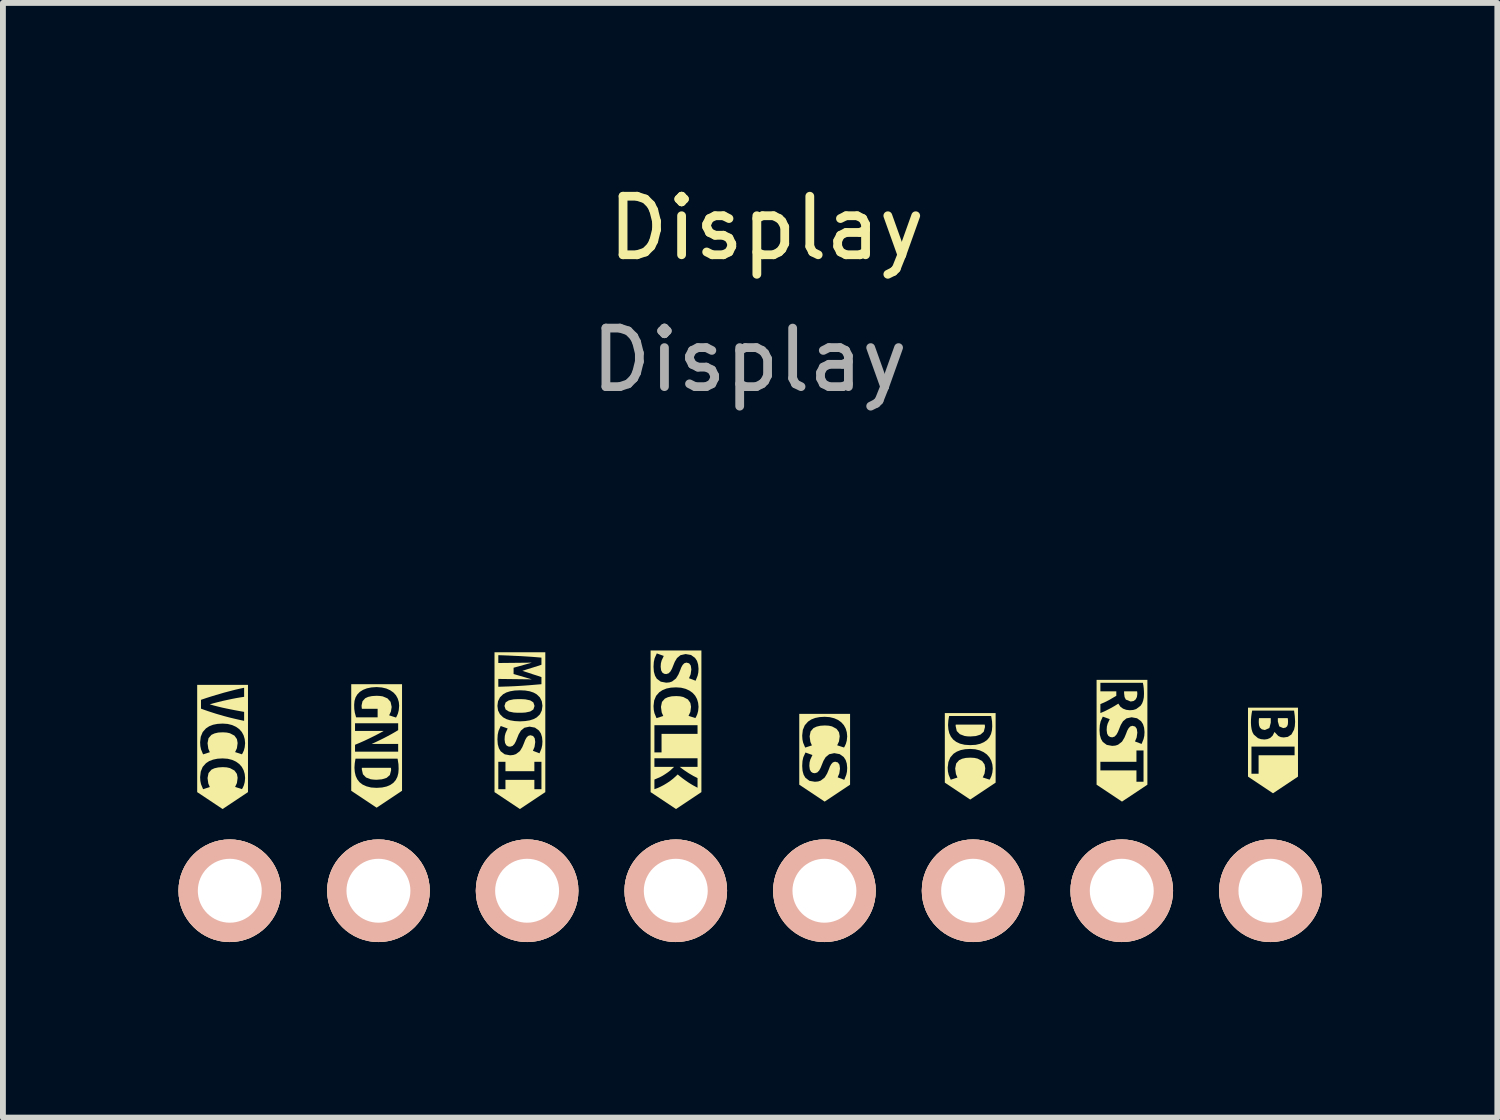
<source format=kicad_pcb>
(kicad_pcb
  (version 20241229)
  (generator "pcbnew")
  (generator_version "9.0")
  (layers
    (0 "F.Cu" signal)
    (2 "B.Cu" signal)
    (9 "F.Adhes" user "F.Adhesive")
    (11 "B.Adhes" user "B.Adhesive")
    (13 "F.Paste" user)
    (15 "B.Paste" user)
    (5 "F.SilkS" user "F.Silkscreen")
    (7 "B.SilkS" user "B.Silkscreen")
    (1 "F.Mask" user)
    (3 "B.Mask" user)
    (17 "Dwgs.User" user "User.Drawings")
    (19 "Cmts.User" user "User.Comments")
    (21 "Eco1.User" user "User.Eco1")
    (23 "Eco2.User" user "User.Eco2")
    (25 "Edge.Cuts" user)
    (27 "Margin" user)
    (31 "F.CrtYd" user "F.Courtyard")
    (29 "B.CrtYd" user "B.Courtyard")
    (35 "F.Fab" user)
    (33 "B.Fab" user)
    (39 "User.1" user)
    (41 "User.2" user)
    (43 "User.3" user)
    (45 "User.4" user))
  (footprint "Display"
    (layer "F.Cu")
    (at 9.971 11.881)
    (property "Reference" "Display" (at 0.077 -11.033 0) (unlocked yes) (layer "F.SilkS") (effects (font (size 1 1) (thickness 0.15))))
    (attr through_hole exclude_from_pos_files)
    (fp_poly (pts (xy 8.691 -2.661) (xy 8.49 -2.661) (xy 8.487 -2.628) (xy 8.486 -2.591) (xy 8.49 -2.542) (xy 8.505 -2.5) (xy 8.538 -2.47) (xy 8.59 -2.458) (xy 8.667 -2.492) (xy 8.691 -2.583) (xy 8.691 -2.661)) (stroke (width 0) (type solid)) (fill yes) (layer "F.SilkS"))
    (fp_poly (pts (xy 8.812 -2.604) (xy 8.836 -2.52) (xy 8.904 -2.491) (xy 8.946 -2.5) (xy 8.971 -2.522) (xy 8.983 -2.555) (xy 8.986 -2.595) (xy 8.985 -2.629) (xy 8.981 -2.661) (xy 8.812 -2.661) (xy 8.812 -2.604)) (stroke (width 0) (type solid)) (fill yes) (layer "F.SilkS"))
    (fp_poly (pts (xy 6.297 -2.945) (xy 6.348 -2.954) (xy 6.383 -2.981) (xy 6.404 -3.022) (xy 6.411 -3.075) (xy 6.41 -3.095) (xy 6.407 -3.119) (xy 6.185 -3.119) (xy 6.185 -3.087) (xy 6.193 -3.022) (xy 6.215 -2.978) (xy 6.297 -2.945)) (stroke (width 0) (type solid)) (fill yes) (layer "F.SilkS"))
    (fp_poly (pts (xy -6.838 -1.812) (xy -6.839 -1.799) (xy -6.839 -1.786) (xy -6.82 -1.702) (xy -6.767 -1.647) (xy -6.688 -1.617) (xy -6.64 -1.611) (xy -6.588 -1.608) (xy -6.495 -1.616) (xy -6.415 -1.641) (xy -6.36 -1.689) (xy -6.339 -1.769) (xy -6.339 -1.791) (xy -6.342 -1.812) (xy -6.838 -1.812)) (stroke (width 0) (type solid)) (fill yes) (layer "F.SilkS"))
    (fp_poly (pts (xy 3.309 -2.551) (xy 3.307 -2.538) (xy 3.307 -2.525) (xy 3.326 -2.441) (xy 3.379 -2.387) (xy 3.458 -2.357) (xy 3.506 -2.35) (xy 3.559 -2.348) (xy 3.652 -2.355) (xy 3.731 -2.38) (xy 3.787 -2.429) (xy 3.808 -2.509) (xy 3.807 -2.53) (xy 3.804 -2.551) (xy 3.309 -2.551)) (stroke (width 0) (type solid)) (fill yes) (layer "F.SilkS"))
    (fp_poly (pts (xy -4.145 -2.753) (xy -4.093 -2.754) (xy -4.044 -2.757) (xy -3.963 -2.774) (xy -3.908 -2.809) (xy -3.888 -2.869) (xy -3.908 -2.93) (xy -3.963 -2.965) (xy -4.045 -2.982) (xy -4.093 -2.985) (xy -4.145 -2.986) (xy -4.197 -2.985) (xy -4.246 -2.982) (xy -4.327 -2.965) (xy -4.382 -2.93) (xy -4.402 -2.869) (xy -4.382 -2.809) (xy -4.326 -2.774) (xy -4.245 -2.757) (xy -4.197 -2.754) (xy -4.145 -2.753)) (stroke (width 0) (type solid)) (fill yes) (layer "F.SilkS"))
    (fp_poly (pts (xy 9.156 -2.79) (xy 9.156 -2.84) (xy 8.302 -2.84) (xy 8.302 -2.79) (xy 8.302 -2.585) (xy 8.352 -2.585) (xy 8.353 -2.635) (xy 8.357 -2.687) (xy 8.364 -2.739) (xy 8.373 -2.79) (xy 9.089 -2.79) (xy 9.101 -2.698) (xy 9.107 -2.6) (xy 9.102 -2.524) (xy 9.089 -2.464) (xy 9.044 -2.382) (xy 8.982 -2.341) (xy 8.913 -2.331) (xy 8.863 -2.337) (xy 8.82 -2.356) (xy 8.755 -2.425) (xy 8.723 -2.362) (xy 8.682 -2.323) (xy 8.634 -2.303) (xy 8.584 -2.296) (xy 8.523 -2.302) (xy 8.473 -2.319) (xy 8.401 -2.38) (xy 8.378 -2.422) (xy 8.363 -2.472) (xy 8.355 -2.527) (xy 8.352 -2.585) (xy 8.302 -2.585) (xy 8.302 -1.711) (xy 8.361 -1.711) (xy 8.361 -2.175) (xy 9.098 -2.175) (xy 9.098 -2.027) (xy 8.483 -2.027) (xy 8.483 -1.711) (xy 8.361 -1.711) (xy 8.302 -1.711) (xy 8.302 -1.662) (xy 8.729 -1.377) (xy 9.156 -1.662) (xy 9.156 -1.711) (xy 9.156 -2.79)) (stroke (width 0) (type solid)) (fill yes) (layer "F.SilkS"))
    (fp_poly (pts (xy 3.99 -2.698) (xy 3.99 -2.748) (xy 3.122 -2.748) (xy 3.122 -2.698) (xy 3.122 -2.541) (xy 3.177 -2.541) (xy 3.182 -2.618) (xy 3.195 -2.698) (xy 3.914 -2.698) (xy 3.929 -2.604) (xy 3.932 -2.522) (xy 3.927 -2.453) (xy 3.911 -2.39) (xy 3.883 -2.334) (xy 3.844 -2.288) (xy 3.791 -2.251) (xy 3.727 -2.223) (xy 3.649 -2.205) (xy 3.556 -2.2) (xy 3.461 -2.206) (xy 3.382 -2.225) (xy 3.316 -2.256) (xy 3.264 -2.296) (xy 3.225 -2.346) (xy 3.198 -2.404) (xy 3.183 -2.469) (xy 3.177 -2.541) (xy 3.122 -2.541) (xy 3.122 -1.815) (xy 3.171 -1.815) (xy 3.183 -1.911) (xy 3.216 -1.99) (xy 3.271 -2.053) (xy 3.327 -2.089) (xy 3.393 -2.115) (xy 3.469 -2.13) (xy 3.556 -2.135) (xy 3.643 -2.129) (xy 3.719 -2.11) (xy 3.785 -2.08) (xy 3.84 -2.041) (xy 3.883 -1.992) (xy 3.915 -1.935) (xy 3.934 -1.871) (xy 3.941 -1.801) (xy 3.934 -1.73) (xy 3.919 -1.675) (xy 3.901 -1.635) (xy 3.887 -1.61) (xy 3.77 -1.648) (xy 3.801 -1.714) (xy 3.813 -1.803) (xy 3.801 -1.87) (xy 3.759 -1.929) (xy 3.681 -1.97) (xy 3.626 -1.982) (xy 3.56 -1.986) (xy 3.482 -1.982) (xy 3.417 -1.967) (xy 3.366 -1.943) (xy 3.316 -1.886) (xy 3.299 -1.801) (xy 3.312 -1.706) (xy 3.338 -1.646) (xy 3.223 -1.609) (xy 3.188 -1.693) (xy 3.175 -1.75) (xy 3.171 -1.815) (xy 3.122 -1.815) (xy 3.122 -1.609) (xy 3.122 -1.559) (xy 3.556 -1.27) (xy 3.99 -1.559) (xy 3.99 -1.609) (xy 3.99 -2.698)) (stroke (width 0) (type solid)) (fill yes) (layer "F.SilkS"))
    (fp_poly (pts (xy 1.503 -2.684) (xy 1.503 -2.734) (xy 0.635 -2.734) (xy 0.635 -2.684) (xy 0.635 -2.364) (xy 0.685 -2.364) (xy 0.696 -2.46) (xy 0.729 -2.539) (xy 0.785 -2.602) (xy 0.84 -2.638) (xy 0.906 -2.664) (xy 0.982 -2.679) (xy 1.069 -2.684) (xy 1.156 -2.678) (xy 1.232 -2.659) (xy 1.298 -2.63) (xy 1.353 -2.59) (xy 1.397 -2.541) (xy 1.428 -2.484) (xy 1.447 -2.42) (xy 1.454 -2.35) (xy 1.447 -2.279) (xy 1.432 -2.224) (xy 1.414 -2.184) (xy 1.4 -2.159) (xy 1.283 -2.197) (xy 1.314 -2.264) (xy 1.326 -2.352) (xy 1.314 -2.42) (xy 1.272 -2.478) (xy 1.194 -2.52) (xy 1.139 -2.532) (xy 1.073 -2.536) (xy 0.995 -2.531) (xy 0.931 -2.516) (xy 0.879 -2.492) (xy 0.829 -2.435) (xy 0.812 -2.35) (xy 0.825 -2.255) (xy 0.851 -2.195) (xy 0.736 -2.158) (xy 0.701 -2.242) (xy 0.689 -2.299) (xy 0.685 -2.364) (xy 0.635 -2.364) (xy 0.635 -1.845) (xy 0.685 -1.845) (xy 0.69 -1.928) (xy 0.704 -1.992) (xy 0.741 -2.074) (xy 0.86 -2.031) (xy 0.824 -1.954) (xy 0.811 -1.904) (xy 0.807 -1.845) (xy 0.815 -1.784) (xy 0.836 -1.745) (xy 0.867 -1.725) (xy 0.902 -1.72) (xy 0.943 -1.733) (xy 0.975 -1.766) (xy 1 -1.812) (xy 1.02 -1.862) (xy 1.048 -1.931) (xy 1.087 -1.996) (xy 1.146 -2.044) (xy 1.233 -2.063) (xy 1.326 -2.046) (xy 1.395 -1.996) (xy 1.428 -1.945) (xy 1.447 -1.884) (xy 1.454 -1.811) (xy 1.45 -1.747) (xy 1.438 -1.692) (xy 1.404 -1.607) (xy 1.291 -1.65) (xy 1.319 -1.716) (xy 1.331 -1.8) (xy 1.322 -1.865) (xy 1.294 -1.904) (xy 1.247 -1.917) (xy 1.209 -1.905) (xy 1.181 -1.874) (xy 1.158 -1.833) (xy 1.141 -1.787) (xy 1.111 -1.715) (xy 1.069 -1.646) (xy 1.002 -1.594) (xy 0.957 -1.579) (xy 0.901 -1.574) (xy 0.809 -1.59) (xy 0.741 -1.641) (xy 0.71 -1.693) (xy 0.691 -1.762) (xy 0.685 -1.845) (xy 0.635 -1.845) (xy 0.635 -1.574) (xy 0.635 -1.524) (xy 1.069 -1.235) (xy 1.503 -1.524) (xy 1.503 -1.574) (xy 1.503 -2.684)) (stroke (width 0) (type solid)) (fill yes) (layer "F.SilkS"))
    (fp_poly (pts (xy 6.583 -3.265) (xy 6.583 -3.315) (xy 5.715 -3.315) (xy 5.715 -3.265) (xy 5.715 -2.748) (xy 5.78 -2.748) (xy 5.78 -2.901) (xy 5.85 -2.931) (xy 5.918 -2.965) (xy 5.984 -3.003) (xy 6.052 -3.043) (xy 6.052 -3.119) (xy 5.78 -3.119) (xy 5.78 -3.265) (xy 6.506 -3.265) (xy 6.515 -3.218) (xy 6.521 -3.167) (xy 6.524 -3.117) (xy 6.525 -3.075) (xy 6.522 -3.015) (xy 6.511 -2.961) (xy 6.493 -2.913) (xy 6.467 -2.873) (xy 6.391 -2.816) (xy 6.342 -2.801) (xy 6.284 -2.796) (xy 6.222 -2.803) (xy 6.167 -2.823) (xy 6.121 -2.857) (xy 6.087 -2.909) (xy 6.019 -2.867) (xy 5.94 -2.823) (xy 5.858 -2.781) (xy 5.78 -2.748) (xy 5.715 -2.748) (xy 5.715 -2.458) (xy 5.765 -2.458) (xy 5.77 -2.541) (xy 5.784 -2.605) (xy 5.821 -2.687) (xy 5.94 -2.644) (xy 5.904 -2.567) (xy 5.891 -2.518) (xy 5.887 -2.458) (xy 5.895 -2.397) (xy 5.916 -2.358) (xy 5.947 -2.339) (xy 5.982 -2.333) (xy 6.023 -2.346) (xy 6.055 -2.38) (xy 6.08 -2.425) (xy 6.1 -2.475) (xy 6.128 -2.544) (xy 6.167 -2.609) (xy 6.226 -2.657) (xy 6.313 -2.676) (xy 6.406 -2.659) (xy 6.475 -2.609) (xy 6.508 -2.558) (xy 6.527 -2.497) (xy 6.534 -2.424) (xy 6.53 -2.36) (xy 6.518 -2.305) (xy 6.484 -2.22) (xy 6.371 -2.263) (xy 6.399 -2.329) (xy 6.411 -2.413) (xy 6.402 -2.478) (xy 6.374 -2.517) (xy 6.327 -2.53) (xy 6.289 -2.518) (xy 6.261 -2.487) (xy 6.238 -2.446) (xy 6.221 -2.4) (xy 6.191 -2.328) (xy 6.149 -2.259) (xy 6.082 -2.207) (xy 6.037 -2.192) (xy 5.981 -2.187) (xy 5.889 -2.204) (xy 5.821 -2.254) (xy 5.79 -2.307) (xy 5.771 -2.375) (xy 5.765 -2.458) (xy 5.715 -2.458) (xy 5.715 -1.768) (xy 5.78 -1.768) (xy 5.78 -1.915) (xy 6.396 -1.915) (xy 6.396 -2.109) (xy 6.517 -2.109) (xy 6.517 -1.574) (xy 6.396 -1.574) (xy 6.396 -1.768) (xy 5.78 -1.768) (xy 5.715 -1.768) (xy 5.715 -1.574) (xy 5.715 -1.524) (xy 6.149 -1.235) (xy 6.583 -1.524) (xy 6.583 -1.574) (xy 6.583 -3.265)) (stroke (width 0) (type solid)) (fill yes) (layer "F.SilkS"))
    (fp_poly (pts (xy -6.152 -3.192) (xy -6.152 -3.241) (xy -7.02 -3.241) (xy -7.02 -3.192) (xy -7.02 -2.89) (xy -6.97 -2.89) (xy -6.964 -2.956) (xy -6.946 -3.015) (xy -6.916 -3.066) (xy -6.873 -3.11) (xy -6.819 -3.144) (xy -6.753 -3.17) (xy -6.675 -3.186) (xy -6.586 -3.192) (xy -6.497 -3.185) (xy -6.42 -3.167) (xy -6.354 -3.137) (xy -6.299 -3.099) (xy -6.256 -3.052) (xy -6.226 -2.998) (xy -6.207 -2.937) (xy -6.201 -2.873) (xy -6.208 -2.796) (xy -6.223 -2.737) (xy -6.241 -2.696) (xy -6.255 -2.671) (xy -6.372 -2.709) (xy -6.342 -2.774) (xy -6.329 -2.852) (xy -6.348 -2.94) (xy -6.401 -2.999) (xy -6.482 -3.033) (xy -6.531 -3.04) (xy -6.586 -3.043) (xy -6.666 -3.038) (xy -6.731 -3.024) (xy -6.781 -3.001) (xy -6.827 -2.95) (xy -6.843 -2.879) (xy -6.842 -2.85) (xy -6.838 -2.821) (xy -6.569 -2.821) (xy -6.569 -2.675) (xy -6.937 -2.675) (xy -6.959 -2.756) (xy -6.968 -2.818) (xy -6.97 -2.89) (xy -7.02 -2.89) (xy -7.02 -2.206) (xy -6.955 -2.206) (xy -6.873 -2.24) (xy -6.792 -2.276) (xy -6.71 -2.315) (xy -6.629 -2.355) (xy -6.547 -2.397) (xy -6.466 -2.442) (xy -6.955 -2.442) (xy -6.955 -2.574) (xy -6.218 -2.574) (xy -6.218 -2.456) (xy -6.273 -2.423) (xy -6.332 -2.389) (xy -6.393 -2.356) (xy -6.454 -2.324) (xy -6.514 -2.294) (xy -6.572 -2.266) (xy -6.625 -2.241) (xy -6.672 -2.22) (xy -6.218 -2.22) (xy -6.218 -2.088) (xy -6.955 -2.088) (xy -6.955 -2.206) (xy -7.02 -2.206) (xy -7.02 -1.812) (xy -6.965 -1.812) (xy -6.96 -1.889) (xy -6.947 -1.969) (xy -6.228 -1.969) (xy -6.213 -1.875) (xy -6.21 -1.793) (xy -6.215 -1.723) (xy -6.231 -1.66) (xy -6.259 -1.604) (xy -6.298 -1.558) (xy -6.35 -1.521) (xy -6.415 -1.493) (xy -6.493 -1.476) (xy -6.586 -1.47) (xy -6.681 -1.476) (xy -6.76 -1.496) (xy -6.826 -1.526) (xy -6.878 -1.566) (xy -6.917 -1.616) (xy -6.944 -1.674) (xy -6.959 -1.74) (xy -6.965 -1.812) (xy -7.02 -1.812) (xy -7.02 -1.47) (xy -7.02 -1.42) (xy -6.586 -1.131) (xy -6.152 -1.42) (xy -6.152 -1.47) (xy -6.152 -3.192)) (stroke (width 0) (type solid)) (fill yes) (layer "F.SilkS"))
    (fp_poly (pts (xy -8.784 -3.18) (xy -8.784 -3.23) (xy -9.652 -3.23) (xy -9.652 -3.18) (xy -9.652 -2.974) (xy -9.587 -2.974) (xy -9.499 -3.004) (xy -9.401 -3.035) (xy -9.332 -3.056) (xy -9.263 -3.076) (xy -9.195 -3.096) (xy -9.127 -3.114) (xy -9.062 -3.131) (xy -9 -3.147) (xy -8.917 -3.166) (xy -8.85 -3.18) (xy -8.85 -3.025) (xy -8.912 -3.016) (xy -8.983 -3.004) (xy -9.059 -2.989) (xy -9.139 -2.972) (xy -9.218 -2.955) (xy -9.297 -2.935) (xy -9.371 -2.916) (xy -9.437 -2.897) (xy -9.372 -2.878) (xy -9.298 -2.859) (xy -9.22 -2.84) (xy -9.14 -2.823) (xy -9.061 -2.807) (xy -8.983 -2.792) (xy -8.912 -2.779) (xy -8.85 -2.768) (xy -8.85 -2.615) (xy -8.926 -2.631) (xy -9.009 -2.65) (xy -9.1 -2.672) (xy -9.195 -2.697) (xy -9.26 -2.716) (xy -9.326 -2.735) (xy -9.392 -2.756) (xy -9.459 -2.778) (xy -9.523 -2.8) (xy -9.587 -2.823) (xy -9.587 -2.974) (xy -9.652 -2.974) (xy -9.652 -2.248) (xy -9.602 -2.248) (xy -9.591 -2.344) (xy -9.558 -2.423) (xy -9.502 -2.486) (xy -9.447 -2.522) (xy -9.381 -2.548) (xy -9.305 -2.563) (xy -9.218 -2.568) (xy -9.131 -2.562) (xy -9.055 -2.543) (xy -8.989 -2.513) (xy -8.934 -2.474) (xy -8.89 -2.425) (xy -8.859 -2.368) (xy -8.84 -2.303) (xy -8.833 -2.234) (xy -8.84 -2.163) (xy -8.855 -2.107) (xy -8.873 -2.068) (xy -8.887 -2.043) (xy -9.004 -2.081) (xy -8.973 -2.147) (xy -8.961 -2.236) (xy -8.973 -2.303) (xy -9.015 -2.362) (xy -9.093 -2.403) (xy -9.148 -2.415) (xy -9.214 -2.419) (xy -9.292 -2.415) (xy -9.356 -2.4) (xy -9.408 -2.376) (xy -9.458 -2.319) (xy -9.475 -2.234) (xy -9.462 -2.139) (xy -9.436 -2.079) (xy -9.551 -2.042) (xy -9.586 -2.126) (xy -9.598 -2.183) (xy -9.602 -2.248) (xy -9.652 -2.248) (xy -9.652 -1.653) (xy -9.602 -1.653) (xy -9.591 -1.748) (xy -9.558 -1.828) (xy -9.502 -1.891) (xy -9.447 -1.927) (xy -9.381 -1.952) (xy -9.305 -1.968) (xy -9.218 -1.973) (xy -9.131 -1.967) (xy -9.055 -1.948) (xy -8.989 -1.918) (xy -8.934 -1.878) (xy -8.89 -1.829) (xy -8.859 -1.772) (xy -8.84 -1.708) (xy -8.833 -1.638) (xy -8.84 -1.567) (xy -8.855 -1.512) (xy -8.873 -1.472) (xy -8.887 -1.448) (xy -9.004 -1.486) (xy -8.973 -1.552) (xy -8.961 -1.641) (xy -8.973 -1.708) (xy -9.015 -1.766) (xy -9.093 -1.808) (xy -9.148 -1.82) (xy -9.214 -1.824) (xy -9.292 -1.819) (xy -9.356 -1.805) (xy -9.408 -1.781) (xy -9.458 -1.723) (xy -9.475 -1.638) (xy -9.462 -1.544) (xy -9.436 -1.484) (xy -9.551 -1.447) (xy -9.586 -1.531) (xy -9.598 -1.588) (xy -9.602 -1.653) (xy -9.652 -1.653) (xy -9.652 -1.447) (xy -9.652 -1.397) (xy -9.218 -1.108) (xy -8.784 -1.397) (xy -8.784 -1.447) (xy -8.784 -3.18)) (stroke (width 0) (type solid)) (fill yes) (layer "F.SilkS"))
    (fp_poly (pts (xy -3.704 -3.737) (xy -3.704 -3.787) (xy -4.572 -3.787) (xy -4.572 -3.737) (xy -4.572 -3.197) (xy -4.507 -3.197) (xy -4.507 -3.331) (xy -3.934 -3.324) (xy -4.246 -3.415) (xy -4.246 -3.522) (xy -3.934 -3.609) (xy -4.507 -3.603) (xy -4.507 -3.737) (xy -4.415 -3.734) (xy -4.319 -3.73) (xy -4.221 -3.725) (xy -4.125 -3.721) (xy -4.03 -3.715) (xy -3.938 -3.709) (xy -3.851 -3.702) (xy -3.77 -3.695) (xy -3.77 -3.573) (xy -3.834 -3.552) (xy -3.919 -3.525) (xy -4.01 -3.497) (xy -4.096 -3.469) (xy -4.005 -3.44) (xy -3.915 -3.41) (xy -3.833 -3.384) (xy -3.77 -3.362) (xy -3.77 -3.241) (xy -3.865 -3.233) (xy -3.958 -3.225) (xy -4.049 -3.218) (xy -4.14 -3.212) (xy -4.23 -3.207) (xy -4.321 -3.203) (xy -4.413 -3.2) (xy -4.507 -3.197) (xy -4.572 -3.197) (xy -4.572 -2.871) (xy -4.522 -2.871) (xy -4.512 -2.95) (xy -4.479 -3.016) (xy -4.425 -3.069) (xy -4.371 -3.099) (xy -4.305 -3.12) (xy -4.227 -3.133) (xy -4.138 -3.137) (xy -4.048 -3.133) (xy -3.971 -3.12) (xy -3.905 -3.098) (xy -3.85 -3.067) (xy -3.796 -3.014) (xy -3.764 -2.949) (xy -3.753 -2.872) (xy -3.764 -2.792) (xy -3.796 -2.726) (xy -3.85 -2.674) (xy -3.905 -2.644) (xy -3.971 -2.623) (xy -4.048 -2.611) (xy -4.138 -2.606) (xy -4.227 -2.611) (xy -4.305 -2.624) (xy -4.371 -2.645) (xy -4.425 -2.675) (xy -4.479 -2.728) (xy -4.512 -2.793) (xy -4.522 -2.871) (xy -4.572 -2.871) (xy -4.572 -2.298) (xy -4.522 -2.298) (xy -4.517 -2.38) (xy -4.503 -2.444) (xy -4.466 -2.527) (xy -4.347 -2.484) (xy -4.383 -2.407) (xy -4.396 -2.357) (xy -4.4 -2.298) (xy -4.392 -2.237) (xy -4.371 -2.198) (xy -4.34 -2.178) (xy -4.305 -2.173) (xy -4.264 -2.186) (xy -4.232 -2.219) (xy -4.207 -2.265) (xy -4.187 -2.315) (xy -4.159 -2.384) (xy -4.12 -2.449) (xy -4.061 -2.497) (xy -3.974 -2.516) (xy -3.881 -2.499) (xy -3.812 -2.449) (xy -3.779 -2.398) (xy -3.76 -2.336) (xy -3.753 -2.263) (xy -3.757 -2.2) (xy -3.769 -2.145) (xy -3.803 -2.06) (xy -3.916 -2.103) (xy -3.888 -2.169) (xy -3.876 -2.253) (xy -3.885 -2.317) (xy -3.913 -2.356) (xy -3.96 -2.369) (xy -3.998 -2.357) (xy -4.026 -2.327) (xy -4.049 -2.285) (xy -4.066 -2.24) (xy -4.096 -2.168) (xy -4.138 -2.098) (xy -4.205 -2.047) (xy -4.25 -2.032) (xy -4.306 -2.026) (xy -4.398 -2.043) (xy -4.466 -2.094) (xy -4.497 -2.146) (xy -4.516 -2.214) (xy -4.522 -2.298) (xy -4.572 -2.298) (xy -4.572 -1.915) (xy -4.507 -1.915) (xy -4.385 -1.915) (xy -4.385 -1.754) (xy -3.891 -1.754) (xy -3.891 -1.915) (xy -3.77 -1.915) (xy -3.77 -1.447) (xy -3.891 -1.447) (xy -3.891 -1.606) (xy -4.385 -1.606) (xy -4.385 -1.447) (xy -4.507 -1.447) (xy -4.507 -1.915) (xy -4.572 -1.915) (xy -4.572 -1.447) (xy -4.572 -1.397) (xy -4.138 -1.108) (xy -3.704 -1.397) (xy -3.704 -1.447) (xy -3.704 -3.737)) (stroke (width 0) (type solid)) (fill yes) (layer "F.SilkS"))
    (fp_poly (pts (xy -1.037 -3.767) (xy -1.037 -3.817) (xy -1.905 -3.817) (xy -1.905 -3.767) (xy -1.905 -3.539) (xy -1.855 -3.539) (xy -1.85 -3.621) (xy -1.836 -3.685) (xy -1.799 -3.767) (xy -1.68 -3.724) (xy -1.716 -3.647) (xy -1.729 -3.598) (xy -1.733 -3.539) (xy -1.725 -3.477) (xy -1.704 -3.439) (xy -1.673 -3.419) (xy -1.638 -3.414) (xy -1.597 -3.427) (xy -1.565 -3.46) (xy -1.54 -3.505) (xy -1.52 -3.555) (xy -1.492 -3.624) (xy -1.453 -3.689) (xy -1.394 -3.737) (xy -1.307 -3.756) (xy -1.214 -3.74) (xy -1.145 -3.689) (xy -1.112 -3.639) (xy -1.093 -3.577) (xy -1.086 -3.504) (xy -1.09 -3.44) (xy -1.102 -3.386) (xy -1.136 -3.3) (xy -1.249 -3.343) (xy -1.221 -3.409) (xy -1.209 -3.493) (xy -1.218 -3.558) (xy -1.246 -3.597) (xy -1.293 -3.61) (xy -1.331 -3.598) (xy -1.359 -3.568) (xy -1.382 -3.526) (xy -1.399 -3.48) (xy -1.429 -3.408) (xy -1.471 -3.339) (xy -1.538 -3.287) (xy -1.583 -3.272) (xy -1.639 -3.267) (xy -1.731 -3.284) (xy -1.799 -3.334) (xy -1.83 -3.387) (xy -1.849 -3.455) (xy -1.855 -3.539) (xy -1.905 -3.539) (xy -1.905 -2.867) (xy -1.855 -2.867) (xy -1.844 -2.963) (xy -1.811 -3.042) (xy -1.755 -3.105) (xy -1.7 -3.141) (xy -1.634 -3.167) (xy -1.558 -3.182) (xy -1.471 -3.187) (xy -1.384 -3.181) (xy -1.308 -3.162) (xy -1.242 -3.132) (xy -1.187 -3.093) (xy -1.143 -3.044) (xy -1.112 -2.987) (xy -1.093 -2.923) (xy -1.086 -2.853) (xy -1.093 -2.782) (xy -1.108 -2.727) (xy -1.126 -2.687) (xy -1.14 -2.662) (xy -1.257 -2.7) (xy -1.226 -2.766) (xy -1.214 -2.855) (xy -1.226 -2.922) (xy -1.268 -2.981) (xy -1.346 -3.022) (xy -1.401 -3.034) (xy -1.467 -3.038) (xy -1.545 -3.034) (xy -1.609 -3.019) (xy -1.661 -2.995) (xy -1.711 -2.938) (xy -1.728 -2.853) (xy -1.715 -2.758) (xy -1.689 -2.698) (xy -1.804 -2.661) (xy -1.839 -2.745) (xy -1.851 -2.802) (xy -1.855 -2.867) (xy -1.905 -2.867) (xy -1.905 -2.076) (xy -1.84 -2.076) (xy -1.84 -2.54) (xy -1.103 -2.54) (xy -1.103 -2.392) (xy -1.718 -2.392) (xy -1.718 -2.076) (xy -1.84 -2.076) (xy -1.905 -2.076) (xy -1.905 -1.612) (xy -1.84 -1.612) (xy -1.75 -1.65) (xy -1.702 -1.675) (xy -1.656 -1.704) (xy -1.612 -1.734) (xy -1.57 -1.766) (xy -1.503 -1.829) (xy -1.84 -1.829) (xy -1.84 -1.975) (xy -1.103 -1.975) (xy -1.103 -1.829) (xy -1.409 -1.829) (xy -1.335 -1.774) (xy -1.254 -1.72) (xy -1.174 -1.673) (xy -1.103 -1.637) (xy -1.103 -1.472) (xy -1.176 -1.511) (xy -1.218 -1.536) (xy -1.262 -1.564) (xy -1.307 -1.595) (xy -1.353 -1.628) (xy -1.398 -1.663) (xy -1.442 -1.699) (xy -1.481 -1.662) (xy -1.524 -1.624) (xy -1.572 -1.587) (xy -1.624 -1.552) (xy -1.677 -1.52) (xy -1.732 -1.491) (xy -1.787 -1.466) (xy -1.84 -1.447) (xy -1.84 -1.612) (xy -1.905 -1.612) (xy -1.905 -1.447) (xy -1.905 -1.397) (xy -1.471 -1.108) (xy -1.037 -1.397) (xy -1.037 -1.447) (xy -1.037 -3.767)) (stroke (width 0) (type solid)) (fill yes) (layer "F.SilkS"))
    (fp_text user "${REFERENCE}" (at -0.216 -8.78 0) (unlocked yes) (layer "F.Fab") (effects (font (size 1 1) (thickness 0.15))))
    (pad "1" thru_hole circle (at -9.095 0.288) (size 1.753 1.753) (drill 1.092) (layers "*.Cu" "*.SilkS" "*.Mask"))
    (pad "2" thru_hole circle (at -6.555 0.288) (size 1.753 1.753) (drill 1.092) (layers "*.Cu" "*.SilkS" "*.Mask"))
    (pad "3" thru_hole circle (at -4.015 0.288) (size 1.753 1.753) (drill 1.092) (layers "*.Cu" "*.SilkS" "*.Mask"))
    (pad "4" thru_hole circle (at -1.475 0.288) (size 1.753 1.753) (drill 1.092) (layers "*.Cu" "*.SilkS" "*.Mask"))
    (pad "5" thru_hole circle (at 1.065 0.288) (size 1.753 1.753) (drill 1.092) (layers "*.Cu" "*.SilkS" "*.Mask"))
    (pad "6" thru_hole circle (at 3.605 0.288) (size 1.753 1.753) (drill 1.092) (layers "*.Cu" "*.SilkS" "*.Mask"))
    (pad "7" thru_hole circle (at 6.145 0.288) (size 1.753 1.753) (drill 1.092) (layers "*.Cu" "*.SilkS" "*.Mask"))
    (pad "8" thru_hole circle (at 8.685 0.288) (size 1.753 1.753) (drill 1.092) (layers "*.Cu" "*.SilkS" "*.Mask")))
  (gr_rect
    (start -3 -3)
    (end 22.533 16.045)
    (stroke (width 0.1) (type default))
    (fill no)
    (layer "Edge.Cuts")))
</source>
